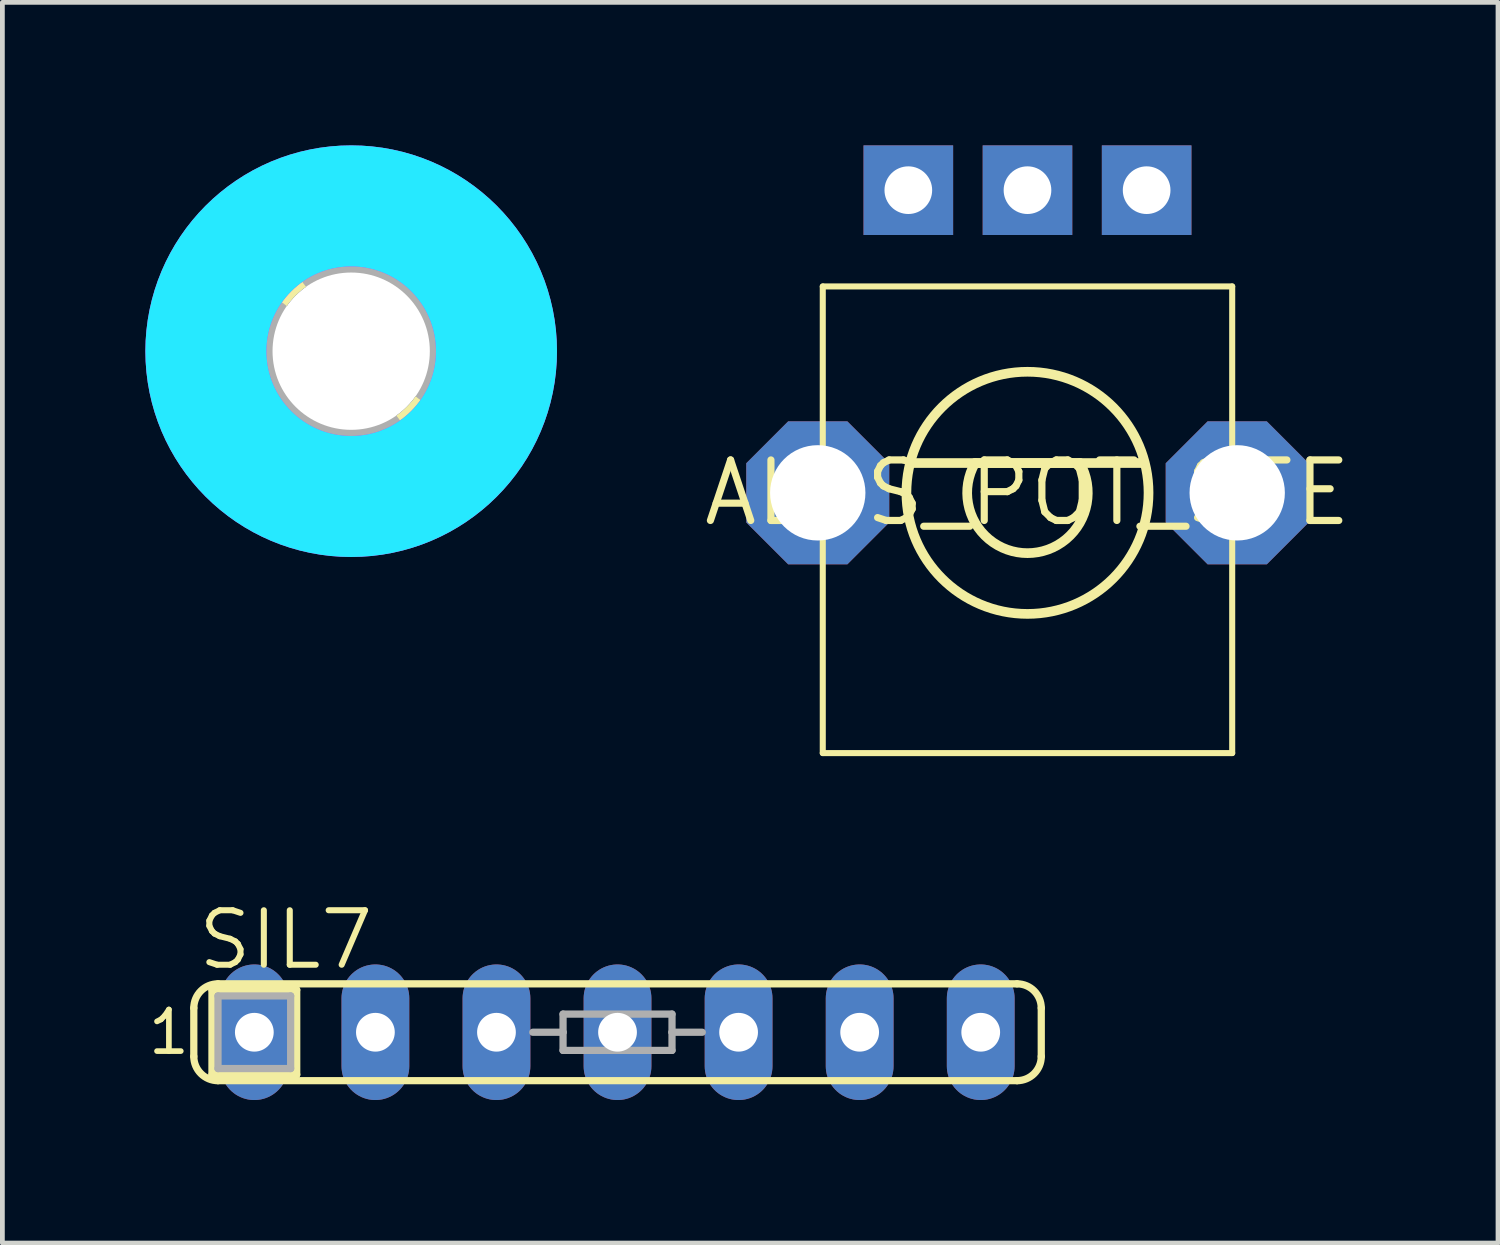
<source format=kicad_pcb>
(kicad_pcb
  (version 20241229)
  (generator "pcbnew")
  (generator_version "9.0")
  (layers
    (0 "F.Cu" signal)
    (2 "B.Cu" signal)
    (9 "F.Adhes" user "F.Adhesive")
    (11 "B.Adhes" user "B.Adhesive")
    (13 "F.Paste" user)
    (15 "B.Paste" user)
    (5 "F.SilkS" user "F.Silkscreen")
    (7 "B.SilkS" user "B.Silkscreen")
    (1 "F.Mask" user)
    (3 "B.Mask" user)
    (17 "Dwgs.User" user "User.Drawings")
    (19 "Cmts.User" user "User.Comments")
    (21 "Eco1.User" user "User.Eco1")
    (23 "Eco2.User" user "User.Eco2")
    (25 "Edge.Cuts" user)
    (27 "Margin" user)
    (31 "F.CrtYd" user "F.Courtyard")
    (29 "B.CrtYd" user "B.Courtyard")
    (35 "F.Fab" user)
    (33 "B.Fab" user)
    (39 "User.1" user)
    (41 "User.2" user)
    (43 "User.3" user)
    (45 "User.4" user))
  (footprint "SIL7"
    (layer "F.Cu")
    (at 9.906 18.607)
    (property "Reference" "SIL7" (at -8.865 -1.27 0) (layer "F.SilkS") (effects (font (size 1.143 1.143) (thickness 0.127)) (justify left bottom)))
    (fp_line (start -8.89 -0.508) (end -8.89 0.508) (stroke (width 0.152) (type solid)) (layer "F.SilkS"))
    (fp_line (start -8.509 -0.889) (end -8.509 0.889) (stroke (width 0.152) (type solid)) (layer "F.SilkS"))
    (fp_line (start -8.382 1.016) (end 8.382 1.016) (stroke (width 0.152) (type solid)) (layer "F.SilkS"))
    (fp_line (start -6.731 -0.889) (end -8.509 -0.889) (stroke (width 0.152) (type solid)) (layer "F.SilkS"))
    (fp_line (start -6.731 -0.889) (end -6.731 0.889) (stroke (width 0.152) (type solid)) (layer "F.SilkS"))
    (fp_line (start -6.731 0.889) (end -8.509 0.889) (stroke (width 0.152) (type solid)) (layer "F.SilkS"))
    (fp_line (start 8.382 -1.016) (end -8.382 -1.016) (stroke (width 0.152) (type solid)) (layer "F.SilkS"))
    (fp_line (start 8.89 0.508) (end 8.89 -0.508) (stroke (width 0.152) (type solid)) (layer "F.SilkS"))
    (fp_arc (start -8.89 -0.508) (mid -8.74121 -0.86721) (end -8.381999 -1.015999) (stroke (width 0.1524) (type solid)) (layer "F.SilkS"))
    (fp_arc (start -8.381999 1.015999) (mid -8.74121 0.86721) (end -8.89 0.508) (stroke (width 0.1524) (type solid)) (layer "F.SilkS"))
    (fp_arc (start 8.382 -1.016) (mid 8.741211 -0.86721) (end 8.890001 -0.507999) (stroke (width 0.1524) (type solid)) (layer "F.SilkS"))
    (fp_arc (start 8.890001 0.507999) (mid 8.741211 0.86721) (end 8.382 1.016) (stroke (width 0.1524) (type solid)) (layer "F.SilkS"))
    (fp_line (start -8.382 -0.762) (end -6.858 -0.762) (stroke (width 0.152) (type solid)) (layer "F.Fab"))
    (fp_line (start -8.382 0.762) (end -8.382 -0.762) (stroke (width 0.152) (type solid)) (layer "F.Fab"))
    (fp_line (start -6.858 -0.762) (end -6.858 0.762) (stroke (width 0.152) (type solid)) (layer "F.Fab"))
    (fp_line (start -6.858 0.762) (end -8.382 0.762) (stroke (width 0.152) (type solid)) (layer "F.Fab"))
    (fp_line (start -1.778 0) (end -1.143 0) (stroke (width 0.152) (type solid)) (layer "F.Fab"))
    (fp_line (start -1.143 -0.381) (end 1.143 -0.381) (stroke (width 0.152) (type solid)) (layer "F.Fab"))
    (fp_line (start -1.143 0) (end -1.143 -0.381) (stroke (width 0.152) (type solid)) (layer "F.Fab"))
    (fp_line (start -1.143 0.381) (end -1.143 0) (stroke (width 0.152) (type solid)) (layer "F.Fab"))
    (fp_line (start 1.143 -0.381) (end 1.143 0) (stroke (width 0.152) (type solid)) (layer "F.Fab"))
    (fp_line (start 1.143 0) (end 1.143 0.381) (stroke (width 0.152) (type solid)) (layer "F.Fab"))
    (fp_line (start 1.143 0.381) (end -1.143 0.381) (stroke (width 0.152) (type solid)) (layer "F.Fab"))
    (fp_line (start 1.778 0) (end 1.143 0) (stroke (width 0.152) (type solid)) (layer "F.Fab"))
    (fp_text user "1" (at -9.906 0.508 0) (layer "F.SilkS") (effects (font (size 0.872 0.872) (thickness 0.119)) (justify left bottom)))
    (pad "1" thru_hole oval (at -7.62 0 90) (size 2.845 1.422) (drill 0.813) (layers "*.Cu" "*.Mask"))
    (pad "2" thru_hole oval (at -5.08 0 90) (size 2.845 1.422) (drill 0.813) (layers "*.Cu" "*.Mask"))
    (pad "3" thru_hole oval (at -2.54 0 90) (size 2.845 1.422) (drill 0.813) (layers "*.Cu" "*.Mask"))
    (pad "4" thru_hole oval (at 0 0 90) (size 2.845 1.422) (drill 0.813) (layers "*.Cu" "*.Mask"))
    (pad "5" thru_hole oval (at 2.54 0 90) (size 2.845 1.422) (drill 0.813) (layers "*.Cu" "*.Mask"))
    (pad "6" thru_hole oval (at 5.08 0 90) (size 2.845 1.422) (drill 0.813) (layers "*.Cu" "*.Mask"))
    (pad "7" thru_hole oval (at 7.62 0 90) (size 2.845 1.422) (drill 0.813) (layers "*.Cu" "*.Mask")))
  (footprint "ALPS_POT_SFE"
    (layer "F.Cu")
    (at 18.507 7.29)
    (property "Reference" "ALPS_POT_SFE" (at 0 0 0) (layer "F.SilkS") (effects (font (size 1.27 1.27) (thickness 0.15))))
    (fp_line (start -4.295 -4.33) (end 4.295 -4.33) (stroke (width 0.127) (type solid)) (layer "F.SilkS"))
    (fp_line (start -4.295 5.46) (end -4.295 -4.33) (stroke (width 0.127) (type solid)) (layer "F.SilkS"))
    (fp_line (start -2.45 -0.625) (end 2.425 -0.625) (stroke (width 0.203) (type solid)) (layer "F.SilkS"))
    (fp_line (start -1.1 -0.625) (end 1.1 -0.625) (stroke (width 0.203) (type solid)) (layer "F.SilkS"))
    (fp_line (start 4.295 -4.33) (end 4.295 5.46) (stroke (width 0.127) (type solid)) (layer "F.SilkS"))
    (fp_line (start 4.295 5.46) (end -4.295 5.46) (stroke (width 0.127) (type solid)) (layer "F.SilkS"))
    (fp_arc (start 1.1 -0.625) (mid 0 1.265158) (end -1.1 -0.625) (stroke (width 0.2032) (type solid)) (layer "F.SilkS"))
    (fp_circle (center 0 0) (end 2.54 0) (stroke (width 0.203) (type solid)) (fill no) (layer "F.SilkS"))
    (pad "P$1" thru_hole rect (at -2.5 -6.35 270) (size 1.88 1.88) (drill 1) (layers "*.Cu" "*.Mask"))
    (pad "P$2" thru_hole rect (at 0 -6.35 270) (size 1.88 1.88) (drill 1) (layers "*.Cu" "*.Mask"))
    (pad "P$3" thru_hole rect (at 2.5 -6.35 270) (size 1.88 1.88) (drill 1) (layers "*.Cu" "*.Mask"))
    (pad "P$4" thru_hole roundrect (at -4.4 0 270) (size 3 3) (drill 2) (layers "*.Cu" "*.Mask") (roundrect_rratio 0.25) (chamfer_ratio 0.293) (chamfer top_left top_right bottom_left bottom_right))
    (pad "P$5" thru_hole roundrect (at 4.4 0 270) (size 3 3) (drill 2) (layers "*.Cu" "*.Mask") (roundrect_rratio 0.25) (chamfer_ratio 0.293) (chamfer top_left top_right bottom_left bottom_right)))
  (footprint "3,3"
    (layer "F.Cu")
    (at 4.318 4.318)
    (property "Reference" "3,3" (at 0 0 0) (layer "F.SilkS") (effects (font (size 1.27 1.27) (thickness 0.15))))
    (fp_circle (center 0 0) (end 1.75 0) (stroke (width 0.203) (type solid)) (fill no) (layer "F.SilkS"))
    (fp_circle (center 0 0) (end 3.429 0) (stroke (width 0.152) (type solid)) (fill no) (layer "F.SilkS"))
    (fp_circle (center 0 0) (end 3.048 0) (stroke (width 2.54) (type solid)) (fill no) (layer "B.CrtYd"))
    (fp_circle (center 0 0) (end 3.048 0) (stroke (width 2.54) (type solid)) (fill no) (layer "F.CrtYd"))
    (fp_arc (start 0 -2.159) (mid 1.526644 -1.526644) (end 2.159 0) (stroke (width 2.4892) (type solid)) (layer "F.Fab"))
    (fp_arc (start 0 2.159) (mid -1.526644 1.526644) (end -2.159 0) (stroke (width 2.4892) (type solid)) (layer "F.Fab"))
    (fp_circle (center 0 0) (end 0.762 0) (stroke (width 0.457) (type solid)) (fill no) (layer "F.Fab"))
    (pad "" np_thru_hole circle (at 0 0) (size 3.3 3.3) (drill 3.3) (layers "*.Cu" "*.Mask"))
    (zone (net_name "") (layer "F.Cu") (hatch edge 0.5) (connect_pads) (min_thickness 0.25) (filled_areas_thickness no) (keepout (tracks not_allowed) (vias not_allowed) (pads not_allowed) (copperpour not_allowed) (footprints allowed)) (placement (enabled no)) (fill) (polygon (pts (xy 8.382 4.318) (xy 8.362 3.913) (xy 8.301 3.513) (xy 8.201 3.12) (xy 8.063 2.739) (xy 7.887 2.374) (xy 7.676 2.029) (xy 7.431 1.706) (xy 7.156 1.409) (xy 6.852 1.141) (xy 6.523 0.904) (xy 6.172 0.702) (xy 5.803 0.535) (xy 5.419 0.406) (xy 5.024 0.316) (xy 4.622 0.265) (xy 4.217 0.255) (xy 3.813 0.286) (xy 3.414 0.356) (xy 3.024 0.466) (xy 2.647 0.614) (xy 2.286 0.798) (xy 1.946 1.018) (xy 1.629 1.271) (xy 1.339 1.554) (xy 1.078 1.864) (xy 0.85 2.199) (xy 0.656 2.555) (xy 0.499 2.928) (xy 0.38 3.315) (xy 0.299 3.712) (xy 0.259 4.115) (xy 0.259 4.521) (xy 0.299 4.924) (xy 0.38 5.321) (xy 0.499 5.708) (xy 0.656 6.081) (xy 0.85 6.437) (xy 1.078 6.772) (xy 1.339 7.082) (xy 1.629 7.365) (xy 1.946 7.618) (xy 2.286 7.838) (xy 2.647 8.022) (xy 3.024 8.17) (xy 3.414 8.28) (xy 3.813 8.35) (xy 4.217 8.381) (xy 4.622 8.371) (xy 5.024 8.32) (xy 5.419 8.23) (xy 5.803 8.101) (xy 6.172 7.934) (xy 6.523 7.732) (xy 6.852 7.495) (xy 7.156 7.227) (xy 7.431 6.93) (xy 7.676 6.607) (xy 7.887 6.262) (xy 8.063 5.897) (xy 8.201 5.516) (xy 8.301 5.123) (xy 8.362 4.723))) (polygon (pts (xy 6.35 4.318) (xy 6.33 4.035) (xy 6.271 3.758) (xy 6.174 3.492) (xy 6.041 3.241) (xy 5.875 3.012) (xy 5.678 2.808) (xy 5.454 2.633) (xy 5.209 2.492) (xy 4.946 2.385) (xy 4.671 2.317) (xy 4.389 2.287) (xy 4.106 2.297) (xy 3.826 2.346) (xy 3.557 2.434) (xy 3.302 2.558) (xy 3.067 2.717) (xy 2.856 2.906) (xy 2.674 3.124) (xy 2.524 3.364) (xy 2.409 3.623) (xy 2.33 3.896) (xy 2.291 4.176) (xy 2.291 4.46) (xy 2.33 4.74) (xy 2.409 5.013) (xy 2.524 5.272) (xy 2.674 5.512) (xy 2.856 5.73) (xy 3.067 5.919) (xy 3.302 6.078) (xy 3.557 6.202) (xy 3.826 6.29) (xy 4.106 6.339) (xy 4.389 6.349) (xy 4.671 6.319) (xy 4.946 6.251) (xy 5.209 6.144) (xy 5.454 6.003) (xy 5.678 5.828) (xy 5.875 5.624) (xy 6.041 5.395) (xy 6.174 5.144) (xy 6.271 4.878) (xy 6.33 4.601))))
    (zone (net_name "") (layers "F.Cu" "B.Cu") (hatch edge 0.5) (connect_pads) (min_thickness 0.25) (filled_areas_thickness no) (keepout (tracks allowed) (vias not_allowed) (pads allowed) (copperpour allowed) (footprints allowed)) (placement (enabled no)) (fill) (polygon (pts (xy 8.382 4.318) (xy 8.362 3.913) (xy 8.301 3.513) (xy 8.201 3.12) (xy 8.063 2.739) (xy 7.887 2.374) (xy 7.676 2.029) (xy 7.431 1.706) (xy 7.156 1.409) (xy 6.852 1.141) (xy 6.523 0.904) (xy 6.172 0.702) (xy 5.803 0.535) (xy 5.419 0.406) (xy 5.024 0.316) (xy 4.622 0.265) (xy 4.217 0.255) (xy 3.813 0.286) (xy 3.414 0.356) (xy 3.024 0.466) (xy 2.647 0.614) (xy 2.286 0.798) (xy 1.946 1.018) (xy 1.629 1.271) (xy 1.339 1.554) (xy 1.078 1.864) (xy 0.85 2.199) (xy 0.656 2.555) (xy 0.499 2.928) (xy 0.38 3.315) (xy 0.299 3.712) (xy 0.259 4.115) (xy 0.259 4.521) (xy 0.299 4.924) (xy 0.38 5.321) (xy 0.499 5.708) (xy 0.656 6.081) (xy 0.85 6.437) (xy 1.078 6.772) (xy 1.339 7.082) (xy 1.629 7.365) (xy 1.946 7.618) (xy 2.286 7.838) (xy 2.647 8.022) (xy 3.024 8.17) (xy 3.414 8.28) (xy 3.813 8.35) (xy 4.217 8.381) (xy 4.622 8.371) (xy 5.024 8.32) (xy 5.419 8.23) (xy 5.803 8.101) (xy 6.172 7.934) (xy 6.523 7.732) (xy 6.852 7.495) (xy 7.156 7.227) (xy 7.431 6.93) (xy 7.676 6.607) (xy 7.887 6.262) (xy 8.063 5.897) (xy 8.201 5.516) (xy 8.301 5.123) (xy 8.362 4.723))) (polygon (pts (xy 6.35 4.318) (xy 6.33 4.035) (xy 6.271 3.758) (xy 6.174 3.492) (xy 6.041 3.241) (xy 5.875 3.012) (xy 5.678 2.808) (xy 5.454 2.633) (xy 5.209 2.492) (xy 4.946 2.385) (xy 4.671 2.317) (xy 4.389 2.287) (xy 4.106 2.297) (xy 3.826 2.346) (xy 3.557 2.434) (xy 3.302 2.558) (xy 3.067 2.717) (xy 2.856 2.906) (xy 2.674 3.124) (xy 2.524 3.364) (xy 2.409 3.623) (xy 2.33 3.896) (xy 2.291 4.176) (xy 2.291 4.46) (xy 2.33 4.74) (xy 2.409 5.013) (xy 2.524 5.272) (xy 2.674 5.512) (xy 2.856 5.73) (xy 3.067 5.919) (xy 3.302 6.078) (xy 3.557 6.202) (xy 3.826 6.29) (xy 4.106 6.339) (xy 4.389 6.349) (xy 4.671 6.319) (xy 4.946 6.251) (xy 5.209 6.144) (xy 5.454 6.003) (xy 5.678 5.828) (xy 5.875 5.624) (xy 6.041 5.395) (xy 6.174 5.144) (xy 6.271 4.878) (xy 6.33 4.601))))
    (zone (net_name "") (layer "B.Cu") (hatch edge 0.5) (connect_pads) (min_thickness 0.25) (filled_areas_thickness no) (keepout (tracks not_allowed) (vias not_allowed) (pads not_allowed) (copperpour not_allowed) (footprints allowed)) (placement (enabled no)) (fill) (polygon (pts (xy 8.382 4.318) (xy 8.362 3.913) (xy 8.301 3.513) (xy 8.201 3.12) (xy 8.063 2.739) (xy 7.887 2.374) (xy 7.676 2.029) (xy 7.431 1.706) (xy 7.156 1.409) (xy 6.852 1.141) (xy 6.523 0.904) (xy 6.172 0.702) (xy 5.803 0.535) (xy 5.419 0.406) (xy 5.024 0.316) (xy 4.622 0.265) (xy 4.217 0.255) (xy 3.813 0.286) (xy 3.414 0.356) (xy 3.024 0.466) (xy 2.647 0.614) (xy 2.286 0.798) (xy 1.946 1.018) (xy 1.629 1.271) (xy 1.339 1.554) (xy 1.078 1.864) (xy 0.85 2.199) (xy 0.656 2.555) (xy 0.499 2.928) (xy 0.38 3.315) (xy 0.299 3.712) (xy 0.259 4.115) (xy 0.259 4.521) (xy 0.299 4.924) (xy 0.38 5.321) (xy 0.499 5.708) (xy 0.656 6.081) (xy 0.85 6.437) (xy 1.078 6.772) (xy 1.339 7.082) (xy 1.629 7.365) (xy 1.946 7.618) (xy 2.286 7.838) (xy 2.647 8.022) (xy 3.024 8.17) (xy 3.414 8.28) (xy 3.813 8.35) (xy 4.217 8.381) (xy 4.622 8.371) (xy 5.024 8.32) (xy 5.419 8.23) (xy 5.803 8.101) (xy 6.172 7.934) (xy 6.523 7.732) (xy 6.852 7.495) (xy 7.156 7.227) (xy 7.431 6.93) (xy 7.676 6.607) (xy 7.887 6.262) (xy 8.063 5.897) (xy 8.201 5.516) (xy 8.301 5.123) (xy 8.362 4.723))) (polygon (pts (xy 6.35 4.318) (xy 6.33 4.035) (xy 6.271 3.758) (xy 6.174 3.492) (xy 6.041 3.241) (xy 5.875 3.012) (xy 5.678 2.808) (xy 5.454 2.633) (xy 5.209 2.492) (xy 4.946 2.385) (xy 4.671 2.317) (xy 4.389 2.287) (xy 4.106 2.297) (xy 3.826 2.346) (xy 3.557 2.434) (xy 3.302 2.558) (xy 3.067 2.717) (xy 2.856 2.906) (xy 2.674 3.124) (xy 2.524 3.364) (xy 2.409 3.623) (xy 2.33 3.896) (xy 2.291 4.176) (xy 2.291 4.46) (xy 2.33 4.74) (xy 2.409 5.013) (xy 2.524 5.272) (xy 2.674 5.512) (xy 2.856 5.73) (xy 3.067 5.919) (xy 3.302 6.078) (xy 3.557 6.202) (xy 3.826 6.29) (xy 4.106 6.339) (xy 4.389 6.349) (xy 4.671 6.319) (xy 4.946 6.251) (xy 5.209 6.144) (xy 5.454 6.003) (xy 5.678 5.828) (xy 5.875 5.624) (xy 6.041 5.395) (xy 6.174 5.144) (xy 6.271 4.878) (xy 6.33 4.601)))))
  (gr_rect
    (start -3 -3)
    (end 28.379 23.03)
    (stroke (width 0.1) (type default))
    (fill no)
    (layer "Edge.Cuts")))
</source>
